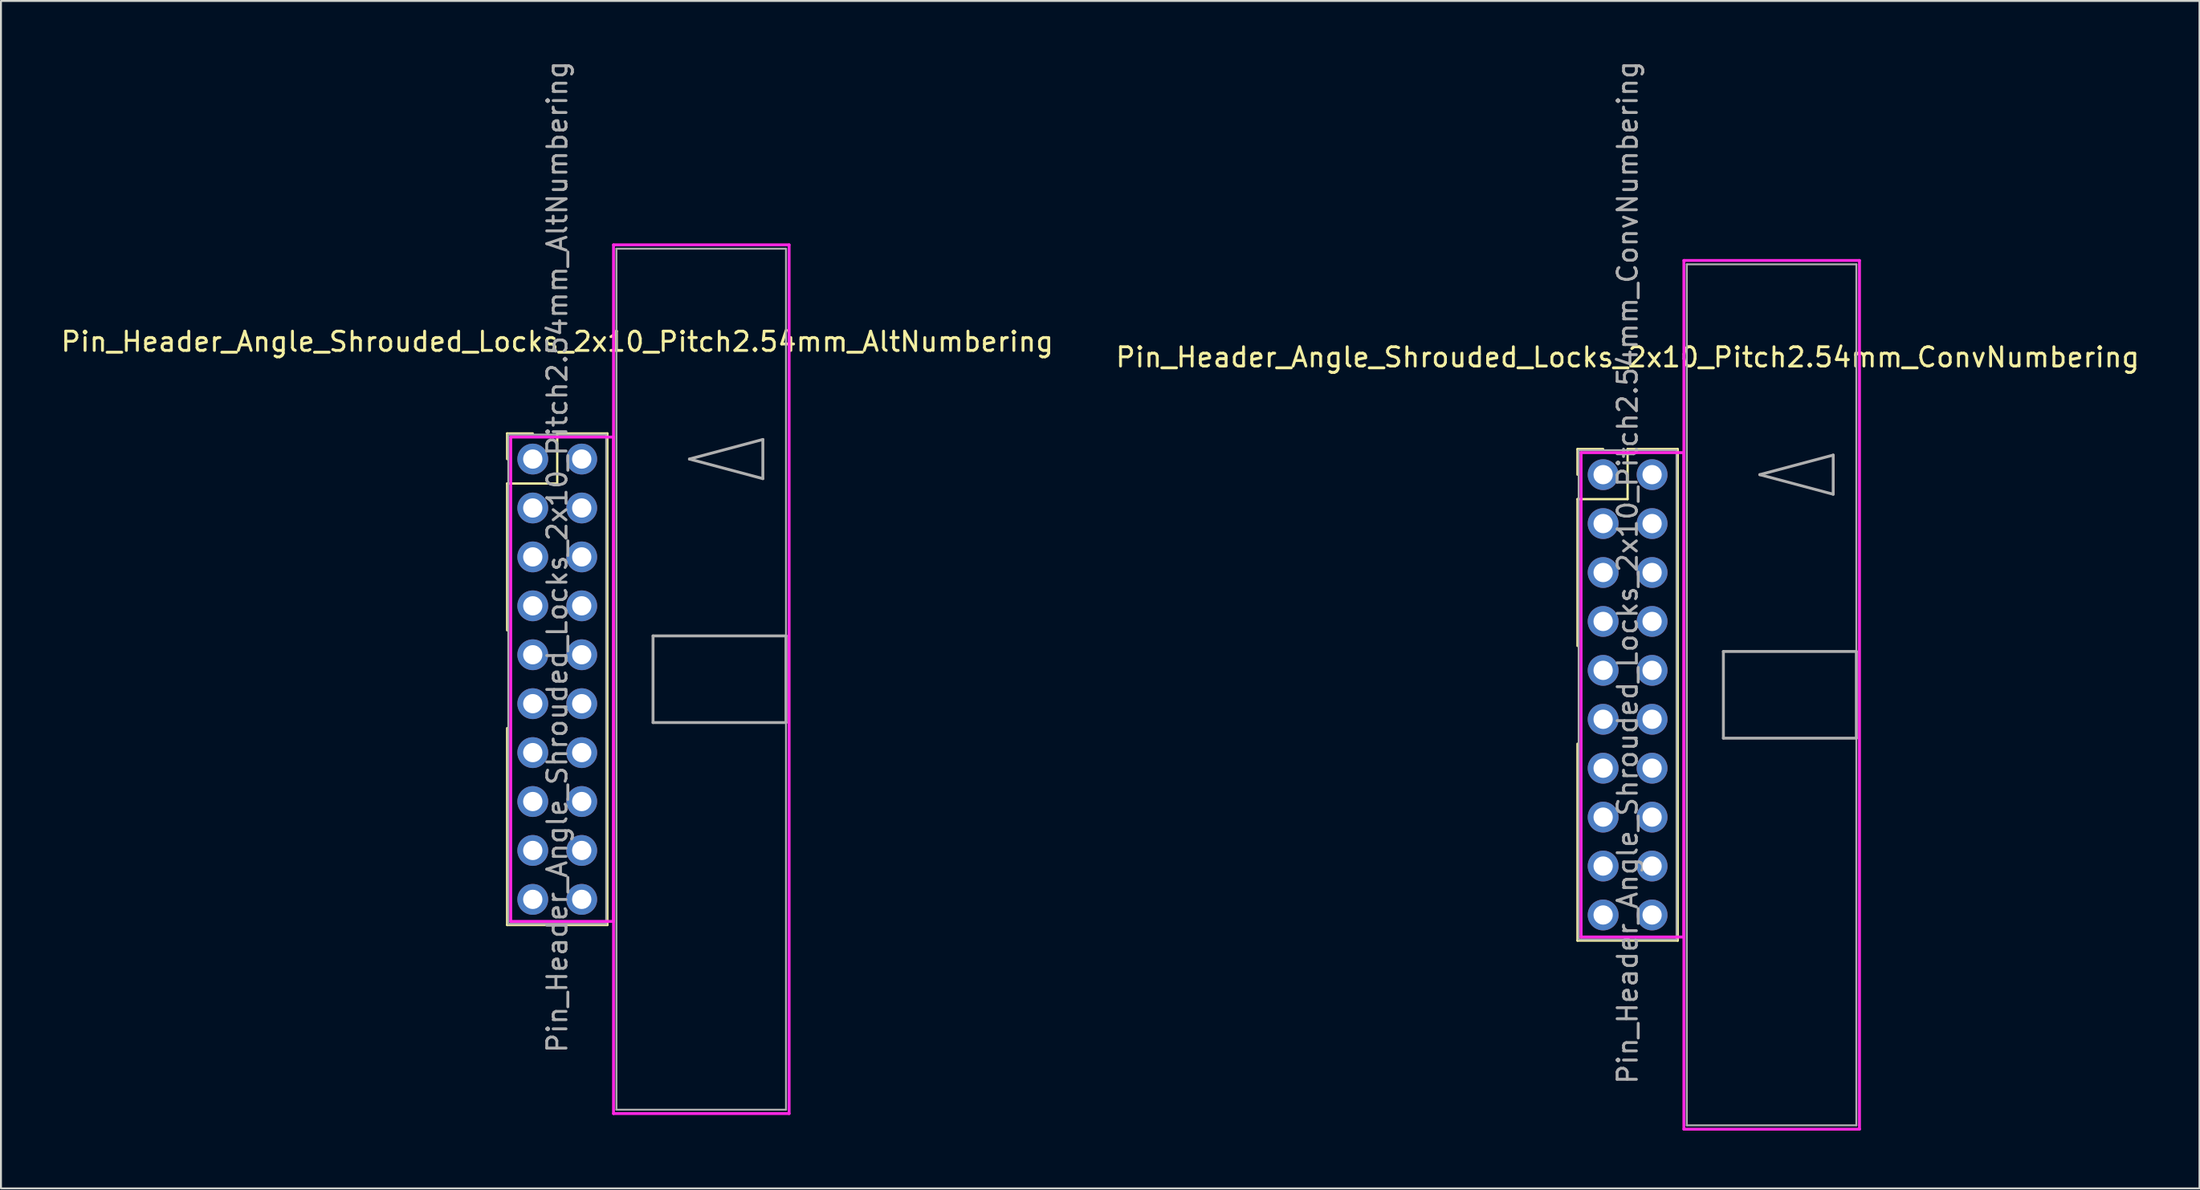
<source format=kicad_pcb>
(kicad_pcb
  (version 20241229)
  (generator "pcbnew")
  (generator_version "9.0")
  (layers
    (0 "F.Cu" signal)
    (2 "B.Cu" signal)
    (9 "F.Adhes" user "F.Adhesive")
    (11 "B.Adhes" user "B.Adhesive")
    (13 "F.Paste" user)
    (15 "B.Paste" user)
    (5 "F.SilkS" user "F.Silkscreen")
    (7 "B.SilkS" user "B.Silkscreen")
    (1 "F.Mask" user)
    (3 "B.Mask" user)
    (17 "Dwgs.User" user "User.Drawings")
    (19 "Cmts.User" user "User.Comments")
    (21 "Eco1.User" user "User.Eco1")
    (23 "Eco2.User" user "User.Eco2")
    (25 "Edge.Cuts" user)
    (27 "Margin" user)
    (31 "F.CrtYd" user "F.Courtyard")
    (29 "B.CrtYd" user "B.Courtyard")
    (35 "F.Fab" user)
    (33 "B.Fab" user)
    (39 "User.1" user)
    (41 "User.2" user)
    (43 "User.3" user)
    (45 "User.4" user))
  (footprint "Pin_Header_Angle_Shrouded_Locks_2x10_Pitch2.54mm_ConvNumbering"
    (layer "F.Cu")
    (at 80.129 21.593)
    (property "Reference" "Pin_Header_Angle_Shrouded_Locks_2x10_Pitch2.54mm_ConvNumbering" (at 1.27 -6.096 0) (layer "F.SilkS") (effects (font (size 1 1) (thickness 0.15))))
    (attr through_hole)
    (fp_line (start -1.33 -1.33) (end 0 -1.33) (stroke (width 0.12) (type solid)) (layer "F.SilkS"))
    (fp_line (start -1.33 0) (end -1.33 -1.33) (stroke (width 0.12) (type solid)) (layer "F.SilkS"))
    (fp_line (start -1.33 1.27) (end -1.33 8.89) (stroke (width 0.12) (type solid)) (layer "F.SilkS"))
    (fp_line (start -1.33 1.27) (end 1.27 1.27) (stroke (width 0.12) (type solid)) (layer "F.SilkS"))
    (fp_line (start -1.33 13.97) (end -1.33 24.19) (stroke (width 0.12) (type solid)) (layer "F.SilkS"))
    (fp_line (start -1.33 24.19) (end 3.87 24.19) (stroke (width 0.12) (type solid)) (layer "F.SilkS"))
    (fp_line (start 1.27 -1.33) (end 3.87 -1.33) (stroke (width 0.12) (type solid)) (layer "F.SilkS"))
    (fp_line (start 1.27 1.27) (end 1.27 -1.33) (stroke (width 0.12) (type solid)) (layer "F.SilkS"))
    (fp_line (start 3.87 -1.33) (end 3.87 24.19) (stroke (width 0.12) (type solid)) (layer "F.SilkS"))
    (fp_line (start -1.143 -1.143) (end -1.143 24.003) (stroke (width 0.15) (type solid)) (layer "F.CrtYd"))
    (fp_line (start -1.143 24.003) (end 4.19 24.003) (stroke (width 0.15) (type solid)) (layer "F.CrtYd"))
    (fp_line (start 4.19 -11.12) (end 4.19 33.98) (stroke (width 0.15) (type solid)) (layer "F.CrtYd"))
    (fp_line (start 4.19 -1.143) (end -1.143 -1.143) (stroke (width 0.15) (type solid)) (layer "F.CrtYd"))
    (fp_line (start 4.19 24.003) (end 4.19 -1.143) (stroke (width 0.15) (type solid)) (layer "F.CrtYd"))
    (fp_line (start 4.19 33.98) (end 13.3 33.98) (stroke (width 0.15) (type solid)) (layer "F.CrtYd"))
    (fp_line (start 13.3 -11.12) (end 4.19 -11.12) (stroke (width 0.15) (type solid)) (layer "F.CrtYd"))
    (fp_line (start 13.3 33.98) (end 13.3 -11.12) (stroke (width 0.15) (type solid)) (layer "F.CrtYd"))
    (fp_line (start -1.27 -1.27) (end -1.27 24.13) (stroke (width 0.1) (type solid)) (layer "F.Fab"))
    (fp_line (start -1.27 24.13) (end 3.81 24.13) (stroke (width 0.1) (type solid)) (layer "F.Fab"))
    (fp_line (start 3.81 -1.27) (end -1.27 -1.27) (stroke (width 0.1) (type solid)) (layer "F.Fab"))
    (fp_line (start 3.81 24.13) (end 3.81 -1.27) (stroke (width 0.1) (type solid)) (layer "F.Fab"))
    (fp_line (start 4.34 -10.92) (end 4.34 33.78) (stroke (width 0.1) (type solid)) (layer "F.Fab"))
    (fp_line (start 4.34 33.78) (end 13.14 33.78) (stroke (width 0.1) (type solid)) (layer "F.Fab"))
    (fp_line (start 6.24 9.18) (end 6.24 13.68) (stroke (width 0.15) (type solid)) (layer "F.Fab"))
    (fp_line (start 6.24 13.68) (end 13.14 13.68) (stroke (width 0.15) (type solid)) (layer "F.Fab"))
    (fp_line (start 8.128 0) (end 11.938 -1.016) (stroke (width 0.15) (type solid)) (layer "F.Fab"))
    (fp_line (start 11.938 -1.016) (end 11.938 1.016) (stroke (width 0.15) (type solid)) (layer "F.Fab"))
    (fp_line (start 11.938 1.016) (end 8.128 0) (stroke (width 0.15) (type solid)) (layer "F.Fab"))
    (fp_line (start 13.14 -10.92) (end 4.34 -10.92) (stroke (width 0.1) (type solid)) (layer "F.Fab"))
    (fp_line (start 13.14 9.18) (end 6.24 9.18) (stroke (width 0.15) (type solid)) (layer "F.Fab"))
    (fp_line (start 13.14 13.68) (end 13.14 9.18) (stroke (width 0.15) (type solid)) (layer "F.Fab"))
    (fp_line (start 13.14 33.78) (end 13.14 -10.92) (stroke (width 0.1) (type solid)) (layer "F.Fab"))
    (fp_text user "${REFERENCE}" (at 1.27 5.08 90) (layer "F.Fab") (effects (font (size 1 1) (thickness 0.15))))
    (pad "1" thru_hole oval (at 0 0) (size 1.6 1.6) (drill 1) (layers "*.Cu" "*.Mask"))
    (pad "2" thru_hole oval (at 2.54 0) (size 1.6 1.6) (drill 1) (layers "*.Cu" "*.Mask"))
    (pad "3" thru_hole oval (at 0 2.54) (size 1.6 1.6) (drill 1) (layers "*.Cu" "*.Mask"))
    (pad "4" thru_hole oval (at 2.54 2.54) (size 1.6 1.6) (drill 1) (layers "*.Cu" "*.Mask"))
    (pad "5" thru_hole oval (at 0 5.08) (size 1.6 1.6) (drill 1) (layers "*.Cu" "*.Mask"))
    (pad "6" thru_hole oval (at 2.54 5.08) (size 1.6 1.6) (drill 1) (layers "*.Cu" "*.Mask"))
    (pad "7" thru_hole oval (at 0 7.62) (size 1.6 1.6) (drill 1) (layers "*.Cu" "*.Mask"))
    (pad "8" thru_hole oval (at 2.54 7.62) (size 1.6 1.6) (drill 1) (layers "*.Cu" "*.Mask"))
    (pad "9" thru_hole oval (at 0 10.16) (size 1.6 1.6) (drill 1) (layers "*.Cu" "*.Mask"))
    (pad "10" thru_hole oval (at 2.54 10.16) (size 1.6 1.6) (drill 1) (layers "*.Cu" "*.Mask"))
    (pad "11" thru_hole oval (at 0 12.7) (size 1.6 1.6) (drill 1) (layers "*.Cu" "*.Mask"))
    (pad "12" thru_hole oval (at 2.54 12.7) (size 1.6 1.6) (drill 1) (layers "*.Cu" "*.Mask"))
    (pad "13" thru_hole oval (at 0 15.24) (size 1.6 1.6) (drill 1) (layers "*.Cu" "*.Mask"))
    (pad "14" thru_hole oval (at 2.54 15.24) (size 1.6 1.6) (drill 1) (layers "*.Cu" "*.Mask"))
    (pad "15" thru_hole oval (at 0 17.78) (size 1.6 1.6) (drill 1) (layers "*.Cu" "*.Mask"))
    (pad "16" thru_hole oval (at 2.54 17.78) (size 1.6 1.6) (drill 1) (layers "*.Cu" "*.Mask"))
    (pad "17" thru_hole oval (at 0 20.32) (size 1.6 1.6) (drill 1) (layers "*.Cu" "*.Mask"))
    (pad "18" thru_hole oval (at 2.54 20.32) (size 1.6 1.6) (drill 1) (layers "*.Cu" "*.Mask"))
    (pad "19" thru_hole oval (at 0 22.86) (size 1.6 1.6) (drill 1) (layers "*.Cu" "*.Mask"))
    (pad "20" thru_hole oval (at 2.54 22.86) (size 1.6 1.6) (drill 1) (layers "*.Cu" "*.Mask")))
  (footprint "Pin_Header_Angle_Shrouded_Locks_2x10_Pitch2.54mm_AltNumbering"
    (layer "F.Cu")
    (at 24.593 20.783)
    (property "Reference" "Pin_Header_Angle_Shrouded_Locks_2x10_Pitch2.54mm_AltNumbering" (at 1.27 -6.096 0) (layer "F.SilkS") (effects (font (size 1 1) (thickness 0.15))))
    (attr through_hole)
    (fp_line (start -1.33 -1.33) (end 0 -1.33) (stroke (width 0.12) (type solid)) (layer "F.SilkS"))
    (fp_line (start -1.33 0) (end -1.33 -1.33) (stroke (width 0.12) (type solid)) (layer "F.SilkS"))
    (fp_line (start -1.33 1.27) (end -1.33 8.89) (stroke (width 0.12) (type solid)) (layer "F.SilkS"))
    (fp_line (start -1.33 1.27) (end 1.27 1.27) (stroke (width 0.12) (type solid)) (layer "F.SilkS"))
    (fp_line (start -1.33 13.97) (end -1.33 24.19) (stroke (width 0.12) (type solid)) (layer "F.SilkS"))
    (fp_line (start -1.33 24.19) (end 3.87 24.19) (stroke (width 0.12) (type solid)) (layer "F.SilkS"))
    (fp_line (start 1.27 -1.33) (end 3.87 -1.33) (stroke (width 0.12) (type solid)) (layer "F.SilkS"))
    (fp_line (start 1.27 1.27) (end 1.27 -1.33) (stroke (width 0.12) (type solid)) (layer "F.SilkS"))
    (fp_line (start 3.87 -1.33) (end 3.87 24.19) (stroke (width 0.12) (type solid)) (layer "F.SilkS"))
    (fp_line (start -1.143 -1.143) (end -1.143 24.003) (stroke (width 0.15) (type solid)) (layer "F.CrtYd"))
    (fp_line (start -1.143 24.003) (end 4.19 24.003) (stroke (width 0.15) (type solid)) (layer "F.CrtYd"))
    (fp_line (start 4.19 -11.12) (end 4.19 33.98) (stroke (width 0.15) (type solid)) (layer "F.CrtYd"))
    (fp_line (start 4.19 -1.143) (end -1.143 -1.143) (stroke (width 0.15) (type solid)) (layer "F.CrtYd"))
    (fp_line (start 4.19 24.003) (end 4.19 -1.143) (stroke (width 0.15) (type solid)) (layer "F.CrtYd"))
    (fp_line (start 4.19 33.98) (end 13.3 33.98) (stroke (width 0.15) (type solid)) (layer "F.CrtYd"))
    (fp_line (start 13.3 -11.12) (end 4.19 -11.12) (stroke (width 0.15) (type solid)) (layer "F.CrtYd"))
    (fp_line (start 13.3 33.98) (end 13.3 -11.12) (stroke (width 0.15) (type solid)) (layer "F.CrtYd"))
    (fp_line (start -1.27 -1.27) (end -1.27 24.13) (stroke (width 0.1) (type solid)) (layer "F.Fab"))
    (fp_line (start -1.27 24.13) (end 3.81 24.13) (stroke (width 0.1) (type solid)) (layer "F.Fab"))
    (fp_line (start 3.81 -1.27) (end -1.27 -1.27) (stroke (width 0.1) (type solid)) (layer "F.Fab"))
    (fp_line (start 3.81 24.13) (end 3.81 -1.27) (stroke (width 0.1) (type solid)) (layer "F.Fab"))
    (fp_line (start 4.34 -10.92) (end 4.34 33.78) (stroke (width 0.1) (type solid)) (layer "F.Fab"))
    (fp_line (start 4.34 33.78) (end 13.14 33.78) (stroke (width 0.1) (type solid)) (layer "F.Fab"))
    (fp_line (start 6.24 9.18) (end 6.24 13.68) (stroke (width 0.15) (type solid)) (layer "F.Fab"))
    (fp_line (start 6.24 13.68) (end 13.14 13.68) (stroke (width 0.15) (type solid)) (layer "F.Fab"))
    (fp_line (start 8.128 0) (end 11.938 -1.016) (stroke (width 0.15) (type solid)) (layer "F.Fab"))
    (fp_line (start 11.938 -1.016) (end 11.938 1.016) (stroke (width 0.15) (type solid)) (layer "F.Fab"))
    (fp_line (start 11.938 1.016) (end 8.128 0) (stroke (width 0.15) (type solid)) (layer "F.Fab"))
    (fp_line (start 13.14 -10.92) (end 4.34 -10.92) (stroke (width 0.1) (type solid)) (layer "F.Fab"))
    (fp_line (start 13.14 9.18) (end 6.24 9.18) (stroke (width 0.15) (type solid)) (layer "F.Fab"))
    (fp_line (start 13.14 13.68) (end 13.14 9.18) (stroke (width 0.15) (type solid)) (layer "F.Fab"))
    (fp_line (start 13.14 33.78) (end 13.14 -10.92) (stroke (width 0.1) (type solid)) (layer "F.Fab"))
    (fp_text user "${REFERENCE}" (at 1.27 5.08 90) (layer "F.Fab") (effects (font (size 1 1) (thickness 0.15))))
    (pad "1" thru_hole oval (at 0 0) (size 1.6 1.6) (drill 1) (layers "*.Cu" "*.Mask"))
    (pad "2" thru_hole oval (at 0 2.54) (size 1.6 1.6) (drill 1) (layers "*.Cu" "*.Mask"))
    (pad "3" thru_hole oval (at 0 5.08) (size 1.6 1.6) (drill 1) (layers "*.Cu" "*.Mask"))
    (pad "4" thru_hole oval (at 0 7.62) (size 1.6 1.6) (drill 1) (layers "*.Cu" "*.Mask"))
    (pad "5" thru_hole oval (at 0 10.16) (size 1.6 1.6) (drill 1) (layers "*.Cu" "*.Mask"))
    (pad "6" thru_hole oval (at 0 12.7) (size 1.6 1.6) (drill 1) (layers "*.Cu" "*.Mask"))
    (pad "7" thru_hole oval (at 0 15.24) (size 1.6 1.6) (drill 1) (layers "*.Cu" "*.Mask"))
    (pad "8" thru_hole oval (at 0 17.78) (size 1.6 1.6) (drill 1) (layers "*.Cu" "*.Mask"))
    (pad "9" thru_hole oval (at 0 20.32) (size 1.6 1.6) (drill 1) (layers "*.Cu" "*.Mask"))
    (pad "10" thru_hole oval (at 0 22.86) (size 1.6 1.6) (drill 1) (layers "*.Cu" "*.Mask"))
    (pad "11" thru_hole oval (at 2.54 0) (size 1.6 1.6) (drill 1) (layers "*.Cu" "*.Mask"))
    (pad "12" thru_hole oval (at 2.54 2.54) (size 1.6 1.6) (drill 1) (layers "*.Cu" "*.Mask"))
    (pad "13" thru_hole oval (at 2.54 5.08) (size 1.6 1.6) (drill 1) (layers "*.Cu" "*.Mask"))
    (pad "14" thru_hole oval (at 2.54 7.62) (size 1.6 1.6) (drill 1) (layers "*.Cu" "*.Mask"))
    (pad "15" thru_hole oval (at 2.54 10.16) (size 1.6 1.6) (drill 1) (layers "*.Cu" "*.Mask"))
    (pad "16" thru_hole oval (at 2.54 12.7) (size 1.6 1.6) (drill 1) (layers "*.Cu" "*.Mask"))
    (pad "17" thru_hole oval (at 2.54 15.24) (size 1.6 1.6) (drill 1) (layers "*.Cu" "*.Mask"))
    (pad "18" thru_hole oval (at 2.54 17.78) (size 1.6 1.6) (drill 1) (layers "*.Cu" "*.Mask"))
    (pad "19" thru_hole oval (at 2.54 20.32) (size 1.6 1.6) (drill 1) (layers "*.Cu" "*.Mask"))
    (pad "20" thru_hole oval (at 2.54 22.86) (size 1.6 1.6) (drill 1) (layers "*.Cu" "*.Mask")))
  (gr_rect
    (start -3 -3)
    (end 111.071 58.648)
    (stroke (width 0.1) (type default))
    (fill no)
    (layer "Edge.Cuts")))
</source>
